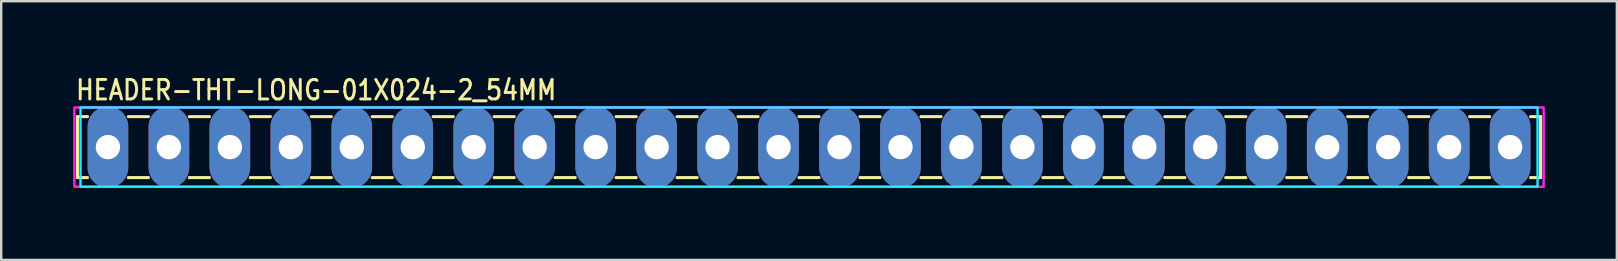
<source format=kicad_pcb>
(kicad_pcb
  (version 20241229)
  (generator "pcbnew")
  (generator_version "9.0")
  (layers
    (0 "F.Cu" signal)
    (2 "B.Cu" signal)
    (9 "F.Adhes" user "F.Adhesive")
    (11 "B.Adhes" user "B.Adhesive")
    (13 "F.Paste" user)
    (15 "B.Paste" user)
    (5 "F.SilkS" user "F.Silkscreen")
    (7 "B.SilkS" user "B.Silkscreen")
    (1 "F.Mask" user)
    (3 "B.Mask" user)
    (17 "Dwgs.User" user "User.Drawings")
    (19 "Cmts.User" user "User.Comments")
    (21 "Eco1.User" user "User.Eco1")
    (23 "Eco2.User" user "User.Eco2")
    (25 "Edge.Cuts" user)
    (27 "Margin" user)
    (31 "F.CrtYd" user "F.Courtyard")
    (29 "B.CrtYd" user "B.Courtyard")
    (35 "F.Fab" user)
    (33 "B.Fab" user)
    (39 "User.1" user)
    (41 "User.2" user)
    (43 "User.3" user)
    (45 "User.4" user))
  (footprint "HEADER-THT-LONG-01X024-2_54MM"
    (layer "F.Cu")
    (at 1.447 3.079)
    (property "Reference" "HEADER-THT-LONG-01X024-2_54MM" (at -1.4 -1.9 0) (unlocked yes) (layer "F.SilkS") (effects (font (size 0.813 0.695) (thickness 0.122)) (justify left bottom)))
    (fp_line (start -1.27 -1.27) (end -1.27 1.27) (stroke (width 0.127) (type solid)) (layer "F.SilkS"))
    (fp_line (start -1.27 1.27) (end -0.85 1.27) (stroke (width 0.127) (type solid)) (layer "F.SilkS"))
    (fp_line (start -0.85 -1.27) (end -1.27 -1.27) (stroke (width 0.127) (type solid)) (layer "F.SilkS"))
    (fp_line (start 0.85 -1.27) (end 1.69 -1.27) (stroke (width 0.127) (type solid)) (layer "F.SilkS"))
    (fp_line (start 0.85 1.27) (end 1.69 1.27) (stroke (width 0.127) (type solid)) (layer "F.SilkS"))
    (fp_line (start 3.39 -1.27) (end 4.23 -1.27) (stroke (width 0.127) (type solid)) (layer "F.SilkS"))
    (fp_line (start 3.39 1.27) (end 4.23 1.27) (stroke (width 0.127) (type solid)) (layer "F.SilkS"))
    (fp_line (start 5.93 -1.27) (end 6.77 -1.27) (stroke (width 0.127) (type solid)) (layer "F.SilkS"))
    (fp_line (start 5.93 1.27) (end 6.77 1.27) (stroke (width 0.127) (type solid)) (layer "F.SilkS"))
    (fp_line (start 8.47 -1.27) (end 9.31 -1.27) (stroke (width 0.127) (type solid)) (layer "F.SilkS"))
    (fp_line (start 8.47 1.27) (end 9.31 1.27) (stroke (width 0.127) (type solid)) (layer "F.SilkS"))
    (fp_line (start 11.01 -1.27) (end 11.85 -1.27) (stroke (width 0.127) (type solid)) (layer "F.SilkS"))
    (fp_line (start 11.01 1.27) (end 11.85 1.27) (stroke (width 0.127) (type solid)) (layer "F.SilkS"))
    (fp_line (start 13.55 -1.27) (end 14.39 -1.27) (stroke (width 0.127) (type solid)) (layer "F.SilkS"))
    (fp_line (start 13.55 1.27) (end 14.39 1.27) (stroke (width 0.127) (type solid)) (layer "F.SilkS"))
    (fp_line (start 16.09 -1.27) (end 16.93 -1.27) (stroke (width 0.127) (type solid)) (layer "F.SilkS"))
    (fp_line (start 16.09 1.27) (end 16.93 1.27) (stroke (width 0.127) (type solid)) (layer "F.SilkS"))
    (fp_line (start 18.63 -1.27) (end 19.47 -1.27) (stroke (width 0.127) (type solid)) (layer "F.SilkS"))
    (fp_line (start 18.63 1.27) (end 19.47 1.27) (stroke (width 0.127) (type solid)) (layer "F.SilkS"))
    (fp_line (start 21.17 -1.27) (end 22.01 -1.27) (stroke (width 0.127) (type solid)) (layer "F.SilkS"))
    (fp_line (start 21.17 1.27) (end 22.01 1.27) (stroke (width 0.127) (type solid)) (layer "F.SilkS"))
    (fp_line (start 23.71 -1.27) (end 24.55 -1.27) (stroke (width 0.127) (type solid)) (layer "F.SilkS"))
    (fp_line (start 23.71 1.27) (end 24.55 1.27) (stroke (width 0.127) (type solid)) (layer "F.SilkS"))
    (fp_line (start 26.25 -1.27) (end 27.09 -1.27) (stroke (width 0.127) (type solid)) (layer "F.SilkS"))
    (fp_line (start 26.25 1.27) (end 27.09 1.27) (stroke (width 0.127) (type solid)) (layer "F.SilkS"))
    (fp_line (start 28.79 -1.27) (end 29.63 -1.27) (stroke (width 0.127) (type solid)) (layer "F.SilkS"))
    (fp_line (start 28.79 1.27) (end 29.63 1.27) (stroke (width 0.127) (type solid)) (layer "F.SilkS"))
    (fp_line (start 31.33 -1.27) (end 32.17 -1.27) (stroke (width 0.127) (type solid)) (layer "F.SilkS"))
    (fp_line (start 31.33 1.27) (end 32.17 1.27) (stroke (width 0.127) (type solid)) (layer "F.SilkS"))
    (fp_line (start 33.87 -1.27) (end 34.71 -1.27) (stroke (width 0.127) (type solid)) (layer "F.SilkS"))
    (fp_line (start 33.87 1.27) (end 34.71 1.27) (stroke (width 0.127) (type solid)) (layer "F.SilkS"))
    (fp_line (start 36.41 -1.27) (end 37.25 -1.27) (stroke (width 0.127) (type solid)) (layer "F.SilkS"))
    (fp_line (start 36.41 1.27) (end 37.25 1.27) (stroke (width 0.127) (type solid)) (layer "F.SilkS"))
    (fp_line (start 38.95 -1.27) (end 39.79 -1.27) (stroke (width 0.127) (type solid)) (layer "F.SilkS"))
    (fp_line (start 38.95 1.27) (end 39.79 1.27) (stroke (width 0.127) (type solid)) (layer "F.SilkS"))
    (fp_line (start 41.49 -1.27) (end 42.33 -1.27) (stroke (width 0.127) (type solid)) (layer "F.SilkS"))
    (fp_line (start 41.49 1.27) (end 42.33 1.27) (stroke (width 0.127) (type solid)) (layer "F.SilkS"))
    (fp_line (start 44.03 -1.27) (end 44.87 -1.27) (stroke (width 0.127) (type solid)) (layer "F.SilkS"))
    (fp_line (start 44.03 1.27) (end 44.87 1.27) (stroke (width 0.127) (type solid)) (layer "F.SilkS"))
    (fp_line (start 46.57 -1.27) (end 47.41 -1.27) (stroke (width 0.127) (type solid)) (layer "F.SilkS"))
    (fp_line (start 46.57 1.27) (end 47.41 1.27) (stroke (width 0.127) (type solid)) (layer "F.SilkS"))
    (fp_line (start 49.11 -1.27) (end 49.95 -1.27) (stroke (width 0.127) (type solid)) (layer "F.SilkS"))
    (fp_line (start 49.11 1.27) (end 49.95 1.27) (stroke (width 0.127) (type solid)) (layer "F.SilkS"))
    (fp_line (start 51.65 -1.27) (end 52.49 -1.27) (stroke (width 0.127) (type solid)) (layer "F.SilkS"))
    (fp_line (start 51.65 1.27) (end 52.49 1.27) (stroke (width 0.127) (type solid)) (layer "F.SilkS"))
    (fp_line (start 54.19 -1.27) (end 55.03 -1.27) (stroke (width 0.127) (type solid)) (layer "F.SilkS"))
    (fp_line (start 54.19 1.27) (end 55.03 1.27) (stroke (width 0.127) (type solid)) (layer "F.SilkS"))
    (fp_line (start 56.73 -1.27) (end 57.57 -1.27) (stroke (width 0.127) (type solid)) (layer "F.SilkS"))
    (fp_line (start 56.73 1.27) (end 57.57 1.27) (stroke (width 0.127) (type solid)) (layer "F.SilkS"))
    (fp_line (start 59.27 -1.27) (end 59.69 -1.27) (stroke (width 0.127) (type solid)) (layer "F.SilkS"))
    (fp_line (start 59.69 -1.27) (end 59.69 1.27) (stroke (width 0.127) (type solid)) (layer "F.SilkS"))
    (fp_line (start 59.69 1.27) (end 59.27 1.27) (stroke (width 0.127) (type solid)) (layer "F.SilkS"))
    (fp_poly (pts (xy -1.143 -1.651) (xy 59.563 -1.651) (xy 59.563 1.651) (xy -1.143 1.651)) (stroke (width 0.1) (type solid)) (fill no) (layer "B.CrtYd"))
    (fp_poly (pts (xy -1.397 -1.651) (xy 59.817 -1.651) (xy 59.817 1.651) (xy -1.397 1.651)) (stroke (width 0.1) (type solid)) (fill no) (layer "F.CrtYd"))
    (pad "1" thru_hole oval (at 0 0 90) (size 3.387 1.693) (drill 1.016) (layers "*.Cu" "*.Mask"))
    (pad "2" thru_hole oval (at 2.54 0 90) (size 3.387 1.693) (drill 1.016) (layers "*.Cu" "*.Mask"))
    (pad "3" thru_hole oval (at 5.08 0 90) (size 3.387 1.693) (drill 1.016) (layers "*.Cu" "*.Mask"))
    (pad "4" thru_hole oval (at 7.62 0 90) (size 3.387 1.693) (drill 1.016) (layers "*.Cu" "*.Mask"))
    (pad "5" thru_hole oval (at 10.16 0 90) (size 3.387 1.693) (drill 1.016) (layers "*.Cu" "*.Mask"))
    (pad "6" thru_hole oval (at 12.7 0 90) (size 3.387 1.693) (drill 1.016) (layers "*.Cu" "*.Mask"))
    (pad "7" thru_hole oval (at 15.24 0 90) (size 3.387 1.693) (drill 1.016) (layers "*.Cu" "*.Mask"))
    (pad "8" thru_hole oval (at 17.78 0 90) (size 3.387 1.693) (drill 1.016) (layers "*.Cu" "*.Mask"))
    (pad "9" thru_hole oval (at 20.32 0 90) (size 3.387 1.693) (drill 1.016) (layers "*.Cu" "*.Mask"))
    (pad "10" thru_hole oval (at 22.86 0 90) (size 3.387 1.693) (drill 1.016) (layers "*.Cu" "*.Mask"))
    (pad "11" thru_hole oval (at 25.4 0 90) (size 3.387 1.693) (drill 1.016) (layers "*.Cu" "*.Mask"))
    (pad "12" thru_hole oval (at 27.94 0 90) (size 3.387 1.693) (drill 1.016) (layers "*.Cu" "*.Mask"))
    (pad "13" thru_hole oval (at 30.48 0 90) (size 3.387 1.693) (drill 1.016) (layers "*.Cu" "*.Mask"))
    (pad "14" thru_hole oval (at 33.02 0 90) (size 3.387 1.693) (drill 1.016) (layers "*.Cu" "*.Mask"))
    (pad "15" thru_hole oval (at 35.56 0 90) (size 3.387 1.693) (drill 1.016) (layers "*.Cu" "*.Mask"))
    (pad "16" thru_hole oval (at 38.1 0 90) (size 3.387 1.693) (drill 1.016) (layers "*.Cu" "*.Mask"))
    (pad "17" thru_hole oval (at 40.64 0 90) (size 3.387 1.693) (drill 1.016) (layers "*.Cu" "*.Mask"))
    (pad "18" thru_hole oval (at 43.18 0 90) (size 3.387 1.693) (drill 1.016) (layers "*.Cu" "*.Mask"))
    (pad "19" thru_hole oval (at 45.72 0 90) (size 3.387 1.693) (drill 1.016) (layers "*.Cu" "*.Mask"))
    (pad "20" thru_hole oval (at 48.26 0 90) (size 3.387 1.693) (drill 1.016) (layers "*.Cu" "*.Mask"))
    (pad "21" thru_hole oval (at 50.8 0 90) (size 3.387 1.693) (drill 1.016) (layers "*.Cu" "*.Mask"))
    (pad "22" thru_hole oval (at 53.34 0 90) (size 3.387 1.693) (drill 1.016) (layers "*.Cu" "*.Mask"))
    (pad "23" thru_hole oval (at 55.88 0 90) (size 3.387 1.693) (drill 1.016) (layers "*.Cu" "*.Mask"))
    (pad "24" thru_hole oval (at 58.42 0 90) (size 3.387 1.693) (drill 1.016) (layers "*.Cu" "*.Mask")))
  (gr_rect
    (start -3 -3)
    (end 64.314 7.78)
    (stroke (width 0.1) (type default))
    (fill no)
    (layer "Edge.Cuts")))
</source>
